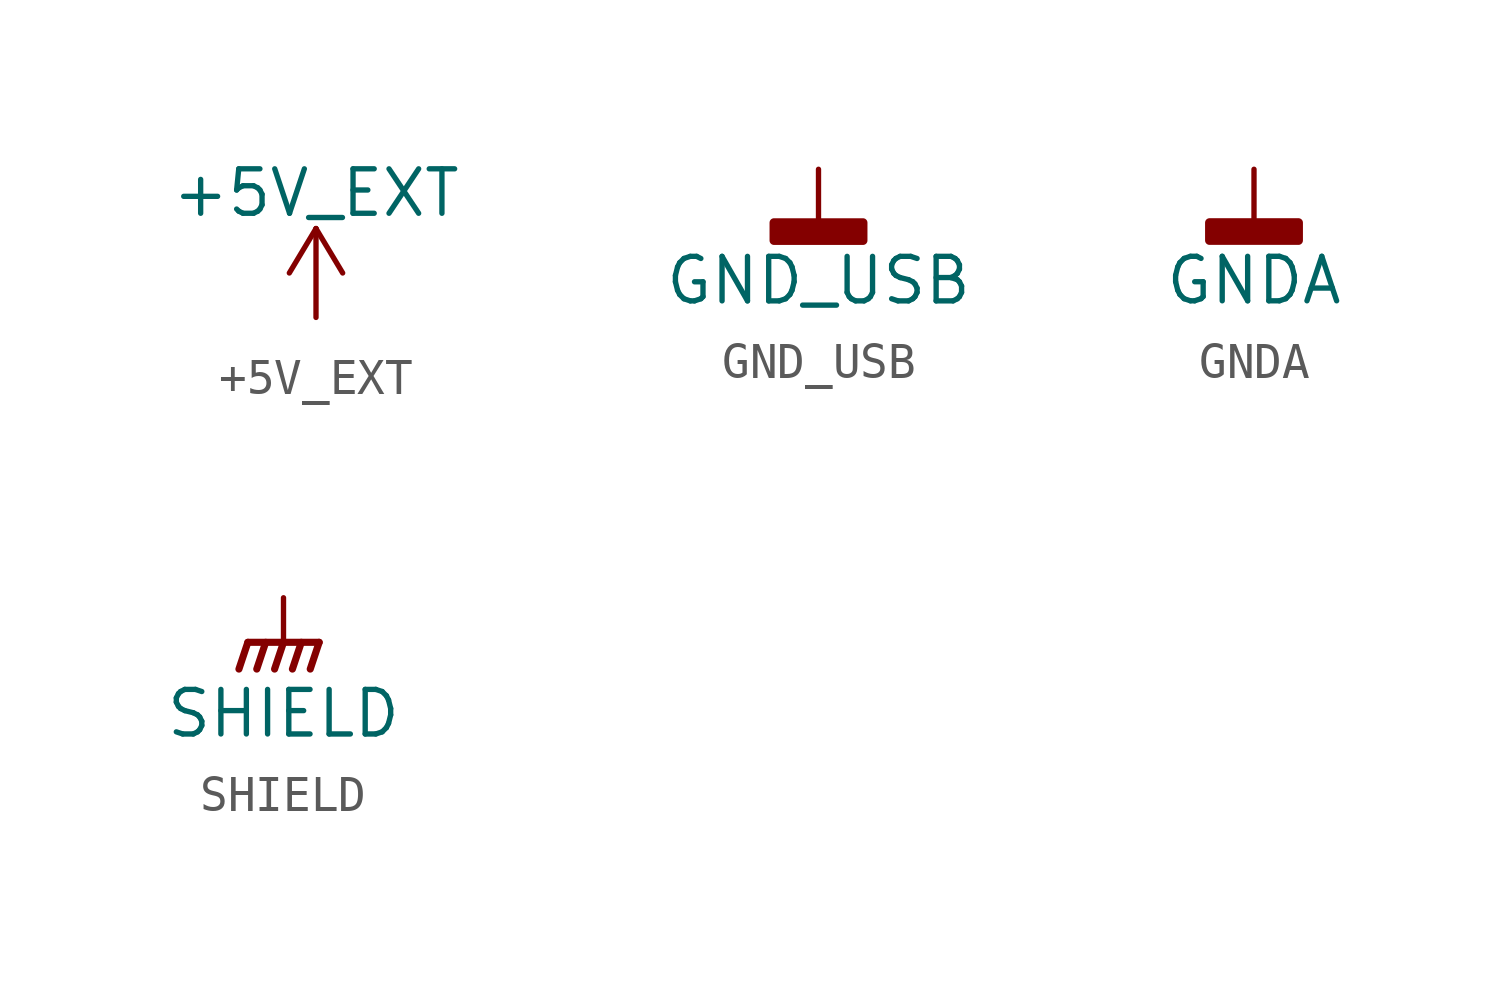
<source format=kicad_sym>
(kicad_symbol_lib
  (version 20211014)
  (generator kicad_symbol_editor)
  (symbol "+5V_EXT"
    (power)
    (pin_names
      (offset 0))
    (property "Reference" "#PWR"
      (at 7.62 -3.81 0)
      (effects (font (size 1.27 1.27)) hide))
    (property "Value" "+5V_EXT"
      (at 0 3.556 0)
      (effects (font (size 1.27 1.27))))
    (symbol "+5V_EXT_0_1"
      (polyline (pts (xy -0.762 1.27) (xy 0 2.54)) (stroke (width 0) (type default) (color 0 0 0 0)) (fill (type none)))
      (polyline (pts (xy 0 0) (xy 0 2.54)) (stroke (width 0) (type default) (color 0 0 0 0)) (fill (type none)))
      (polyline (pts (xy 0 2.54) (xy 0.762 1.27)) (stroke (width 0) (type default) (color 0 0 0 0)) (fill (type none))))
    (symbol "+5V_EXT_1_1"
      (pin power_in line (at 0 0 270) (length 0) hide (name "+5V_EXT" (effects (font (size 1.27 1.27)))) (number "1" (effects (font (size 1.27 1.27)))))))
  (symbol "GND_USB"
    (power)
    (pin_names
      (offset 0))
    (property "Reference" "#PWR"
      (at 0 -6.35 0)
      (effects (font (size 1.27 1.27)) hide))
    (property "Value" "GND_USB"
      (at 0 -3.175 0)
      (effects (font (size 1.27 1.27))))
    (symbol "GND_USB_0_1"
      (rectangle (start -1.27 -1.524) (end 1.27 -2.032) (stroke (width 0.254) (type default) (color 0 0 0 0)) (fill (type outline)))
      (polyline (pts (xy 0 0) (xy 0 -1.524)) (stroke (width 0) (type default) (color 0 0 0 0)) (fill (type none))))
    (symbol "GND_USB_1_1"
      (pin power_in line (at 0 0 270) (length 0) hide (name "GND_USB" (effects (font (size 1.27 1.27)))) (number "1" (effects (font (size 1.27 1.27)))))))
  (symbol "GNDA"
    (power)
    (pin_names
      (offset 0))
    (property "Reference" "#PWR"
      (at 0 -6.35 0)
      (effects (font (size 1.27 1.27)) hide))
    (property "Value" "GNDA"
      (at 0 -3.175 0)
      (effects (font (size 1.27 1.27))))
    (symbol "GNDA_0_1"
      (rectangle (start -1.27 -1.524) (end 1.27 -2.032) (stroke (width 0.254) (type default) (color 0 0 0 0)) (fill (type outline)))
      (polyline (pts (xy 0 0) (xy 0 -1.524)) (stroke (width 0) (type default) (color 0 0 0 0)) (fill (type none))))
    (symbol "GNDA_1_1"
      (pin power_in line (at 0 0 270) (length 0) hide (name "GNDA" (effects (font (size 1.27 1.27)))) (number "1" (effects (font (size 1.27 1.27)))))))
  (symbol "SHIELD"
    (power)
    (pin_names
      (offset 0))
    (property "Reference" "#PWR"
      (at 0 -5.08 0)
      (effects (font (size 1.27 1.27)) hide))
    (property "Value" "SHIELD"
      (at 0 -3.302 0)
      (effects (font (size 1.27 1.27))))
    (symbol "SHIELD_0_1"
      (polyline (pts (xy 0 -1.27) (xy 0 0)) (stroke (width 0) (type default) (color 0 0 0 0)) (fill (type none)))
      (polyline (pts (xy -1.016 -1.27) (xy -1.27 -2.032) (xy -1.27 -2.032)) (stroke (width 0.203) (type default) (color 0 0 0 0)) (fill (type none)))
      (polyline (pts (xy -0.508 -1.27) (xy -0.762 -2.032) (xy -0.762 -2.032)) (stroke (width 0.203) (type default) (color 0 0 0 0)) (fill (type none)))
      (polyline (pts (xy 0 -1.27) (xy -0.254 -2.032) (xy -0.254 -2.032)) (stroke (width 0.203) (type default) (color 0 0 0 0)) (fill (type none)))
      (polyline (pts (xy 0.508 -1.27) (xy 0.254 -2.032) (xy 0.254 -2.032)) (stroke (width 0.203) (type default) (color 0 0 0 0)) (fill (type none)))
      (polyline (pts (xy 1.016 -1.27) (xy -1.016 -1.27) (xy -1.016 -1.27)) (stroke (width 0.203) (type default) (color 0 0 0 0)) (fill (type none)))
      (polyline (pts (xy 1.016 -1.27) (xy 0.762 -2.032) (xy 0.762 -2.032) (xy 0.762 -2.032)) (stroke (width 0.203) (type default) (color 0 0 0 0)) (fill (type none))))
    (symbol "SHIELD_1_1"
      (pin power_in line (at 0 0 270) (length 0) hide (name "SHIELD" (effects (font (size 1.27 1.27)))) (number "1" (effects (font (size 1.27 1.27))))))))
</source>
